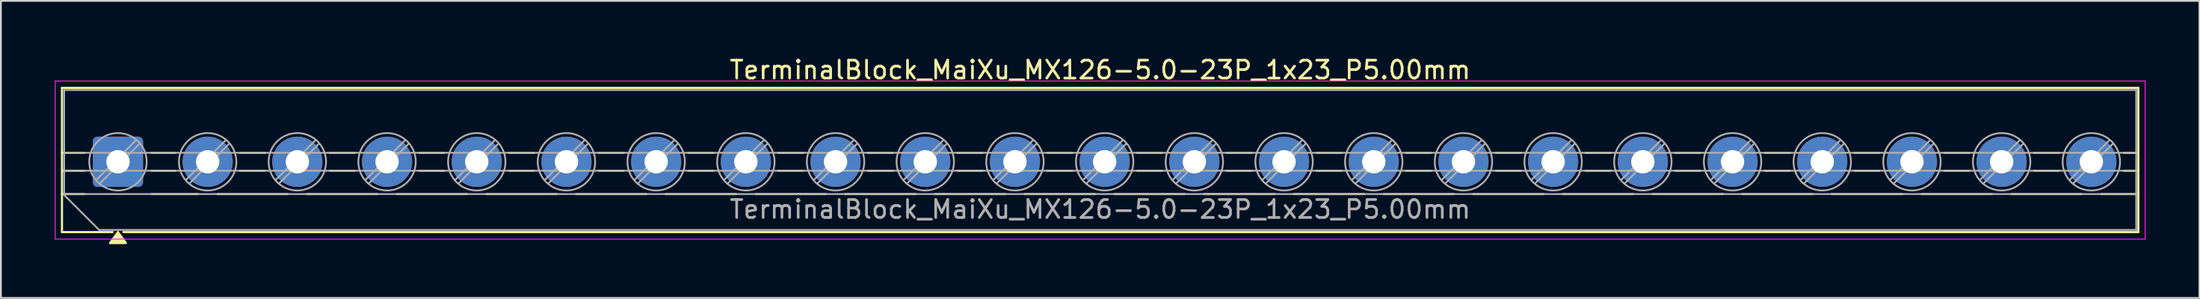
<source format=kicad_pcb>
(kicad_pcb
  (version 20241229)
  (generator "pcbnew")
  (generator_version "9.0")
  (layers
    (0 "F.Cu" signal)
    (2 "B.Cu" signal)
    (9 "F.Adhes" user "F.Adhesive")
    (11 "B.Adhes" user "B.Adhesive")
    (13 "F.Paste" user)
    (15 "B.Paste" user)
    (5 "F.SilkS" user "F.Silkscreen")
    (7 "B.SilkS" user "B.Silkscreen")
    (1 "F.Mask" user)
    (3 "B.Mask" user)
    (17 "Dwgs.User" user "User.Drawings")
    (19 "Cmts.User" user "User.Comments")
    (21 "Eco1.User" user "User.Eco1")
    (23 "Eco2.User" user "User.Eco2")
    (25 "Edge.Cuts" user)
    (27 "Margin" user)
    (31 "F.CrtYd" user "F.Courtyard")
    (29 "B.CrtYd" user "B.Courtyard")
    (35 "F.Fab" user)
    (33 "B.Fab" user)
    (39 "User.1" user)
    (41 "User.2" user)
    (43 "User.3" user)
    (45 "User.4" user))
  (footprint "TerminalBlock_MaiXu_MX126-5.0-23P_1x23_P5.00mm"
    (layer "F.Cu")
    (at 3.525 5.968)
    (property "Reference" "TerminalBlock_MaiXu_MX126-5.0-23P_1x23_P5.00mm" (at 54.75 -5.12 0) (layer "F.SilkS") (effects (font (size 1 1) (thickness 0.15))))
    (attr through_hole)
    (fp_line (start -3.12 -4.12) (end -3.12 3.92) (stroke (width 0.12) (type solid)) (layer "F.SilkS"))
    (fp_line (start -3.12 -4.12) (end 112.62 -4.12) (stroke (width 0.12) (type solid)) (layer "F.SilkS"))
    (fp_line (start -3.12 -0.5) (end -1.88 -0.5) (stroke (width 0.12) (type solid)) (layer "F.SilkS"))
    (fp_line (start -3.12 0.5) (end -1.88 0.5) (stroke (width 0.12) (type solid)) (layer "F.SilkS"))
    (fp_line (start -3.12 1.8) (end -1.88 1.8) (stroke (width 0.12) (type solid)) (layer "F.SilkS"))
    (fp_line (start -3.12 3.92) (end -0.3 3.92) (stroke (width 0.12) (type solid)) (layer "F.SilkS"))
    (fp_line (start 0.3 3.92) (end 112.62 3.92) (stroke (width 0.12) (type solid)) (layer "F.SilkS"))
    (fp_line (start 1.88 -0.5) (end 3.188 -0.5) (stroke (width 0.12) (type solid)) (layer "F.SilkS"))
    (fp_line (start 1.88 0.5) (end 3.188 0.5) (stroke (width 0.12) (type solid)) (layer "F.SilkS"))
    (fp_line (start 1.88 1.8) (end 4.457 1.8) (stroke (width 0.12) (type solid)) (layer "F.SilkS"))
    (fp_line (start 5.543 1.8) (end 9.457 1.8) (stroke (width 0.12) (type solid)) (layer "F.SilkS"))
    (fp_line (start 6.812 -0.5) (end 8.188 -0.5) (stroke (width 0.12) (type solid)) (layer "F.SilkS"))
    (fp_line (start 6.812 0.5) (end 8.188 0.5) (stroke (width 0.12) (type solid)) (layer "F.SilkS"))
    (fp_line (start 10.543 1.8) (end 14.457 1.8) (stroke (width 0.12) (type solid)) (layer "F.SilkS"))
    (fp_line (start 11.812 -0.5) (end 13.188 -0.5) (stroke (width 0.12) (type solid)) (layer "F.SilkS"))
    (fp_line (start 11.812 0.5) (end 13.188 0.5) (stroke (width 0.12) (type solid)) (layer "F.SilkS"))
    (fp_line (start 15.543 1.8) (end 19.457 1.8) (stroke (width 0.12) (type solid)) (layer "F.SilkS"))
    (fp_line (start 16.812 -0.5) (end 18.188 -0.5) (stroke (width 0.12) (type solid)) (layer "F.SilkS"))
    (fp_line (start 16.812 0.5) (end 18.188 0.5) (stroke (width 0.12) (type solid)) (layer "F.SilkS"))
    (fp_line (start 20.543 1.8) (end 24.457 1.8) (stroke (width 0.12) (type solid)) (layer "F.SilkS"))
    (fp_line (start 21.812 -0.5) (end 23.188 -0.5) (stroke (width 0.12) (type solid)) (layer "F.SilkS"))
    (fp_line (start 21.812 0.5) (end 23.188 0.5) (stroke (width 0.12) (type solid)) (layer "F.SilkS"))
    (fp_line (start 25.543 1.8) (end 29.457 1.8) (stroke (width 0.12) (type solid)) (layer "F.SilkS"))
    (fp_line (start 26.812 -0.5) (end 28.188 -0.5) (stroke (width 0.12) (type solid)) (layer "F.SilkS"))
    (fp_line (start 26.812 0.5) (end 28.188 0.5) (stroke (width 0.12) (type solid)) (layer "F.SilkS"))
    (fp_line (start 30.543 1.8) (end 34.457 1.8) (stroke (width 0.12) (type solid)) (layer "F.SilkS"))
    (fp_line (start 31.812 -0.5) (end 33.188 -0.5) (stroke (width 0.12) (type solid)) (layer "F.SilkS"))
    (fp_line (start 31.812 0.5) (end 33.188 0.5) (stroke (width 0.12) (type solid)) (layer "F.SilkS"))
    (fp_line (start 35.543 1.8) (end 39.457 1.8) (stroke (width 0.12) (type solid)) (layer "F.SilkS"))
    (fp_line (start 36.812 -0.5) (end 38.188 -0.5) (stroke (width 0.12) (type solid)) (layer "F.SilkS"))
    (fp_line (start 36.812 0.5) (end 38.188 0.5) (stroke (width 0.12) (type solid)) (layer "F.SilkS"))
    (fp_line (start 40.543 1.8) (end 44.457 1.8) (stroke (width 0.12) (type solid)) (layer "F.SilkS"))
    (fp_line (start 41.812 -0.5) (end 43.188 -0.5) (stroke (width 0.12) (type solid)) (layer "F.SilkS"))
    (fp_line (start 41.812 0.5) (end 43.188 0.5) (stroke (width 0.12) (type solid)) (layer "F.SilkS"))
    (fp_line (start 45.543 1.8) (end 49.457 1.8) (stroke (width 0.12) (type solid)) (layer "F.SilkS"))
    (fp_line (start 46.812 -0.5) (end 48.188 -0.5) (stroke (width 0.12) (type solid)) (layer "F.SilkS"))
    (fp_line (start 46.812 0.5) (end 48.188 0.5) (stroke (width 0.12) (type solid)) (layer "F.SilkS"))
    (fp_line (start 50.543 1.8) (end 54.457 1.8) (stroke (width 0.12) (type solid)) (layer "F.SilkS"))
    (fp_line (start 51.812 -0.5) (end 53.188 -0.5) (stroke (width 0.12) (type solid)) (layer "F.SilkS"))
    (fp_line (start 51.812 0.5) (end 53.188 0.5) (stroke (width 0.12) (type solid)) (layer "F.SilkS"))
    (fp_line (start 55.543 1.8) (end 59.457 1.8) (stroke (width 0.12) (type solid)) (layer "F.SilkS"))
    (fp_line (start 56.812 -0.5) (end 58.188 -0.5) (stroke (width 0.12) (type solid)) (layer "F.SilkS"))
    (fp_line (start 56.812 0.5) (end 58.188 0.5) (stroke (width 0.12) (type solid)) (layer "F.SilkS"))
    (fp_line (start 60.543 1.8) (end 64.457 1.8) (stroke (width 0.12) (type solid)) (layer "F.SilkS"))
    (fp_line (start 61.812 -0.5) (end 63.188 -0.5) (stroke (width 0.12) (type solid)) (layer "F.SilkS"))
    (fp_line (start 61.812 0.5) (end 63.188 0.5) (stroke (width 0.12) (type solid)) (layer "F.SilkS"))
    (fp_line (start 65.543 1.8) (end 69.457 1.8) (stroke (width 0.12) (type solid)) (layer "F.SilkS"))
    (fp_line (start 66.812 -0.5) (end 68.188 -0.5) (stroke (width 0.12) (type solid)) (layer "F.SilkS"))
    (fp_line (start 66.812 0.5) (end 68.188 0.5) (stroke (width 0.12) (type solid)) (layer "F.SilkS"))
    (fp_line (start 70.543 1.8) (end 74.457 1.8) (stroke (width 0.12) (type solid)) (layer "F.SilkS"))
    (fp_line (start 71.812 -0.5) (end 73.188 -0.5) (stroke (width 0.12) (type solid)) (layer "F.SilkS"))
    (fp_line (start 71.812 0.5) (end 73.188 0.5) (stroke (width 0.12) (type solid)) (layer "F.SilkS"))
    (fp_line (start 75.543 1.8) (end 79.457 1.8) (stroke (width 0.12) (type solid)) (layer "F.SilkS"))
    (fp_line (start 76.812 -0.5) (end 78.188 -0.5) (stroke (width 0.12) (type solid)) (layer "F.SilkS"))
    (fp_line (start 76.812 0.5) (end 78.188 0.5) (stroke (width 0.12) (type solid)) (layer "F.SilkS"))
    (fp_line (start 80.543 1.8) (end 84.457 1.8) (stroke (width 0.12) (type solid)) (layer "F.SilkS"))
    (fp_line (start 81.812 -0.5) (end 83.188 -0.5) (stroke (width 0.12) (type solid)) (layer "F.SilkS"))
    (fp_line (start 81.812 0.5) (end 83.188 0.5) (stroke (width 0.12) (type solid)) (layer "F.SilkS"))
    (fp_line (start 85.543 1.8) (end 89.457 1.8) (stroke (width 0.12) (type solid)) (layer "F.SilkS"))
    (fp_line (start 86.812 -0.5) (end 88.188 -0.5) (stroke (width 0.12) (type solid)) (layer "F.SilkS"))
    (fp_line (start 86.812 0.5) (end 88.188 0.5) (stroke (width 0.12) (type solid)) (layer "F.SilkS"))
    (fp_line (start 90.543 1.8) (end 94.457 1.8) (stroke (width 0.12) (type solid)) (layer "F.SilkS"))
    (fp_line (start 91.812 -0.5) (end 93.188 -0.5) (stroke (width 0.12) (type solid)) (layer "F.SilkS"))
    (fp_line (start 91.812 0.5) (end 93.188 0.5) (stroke (width 0.12) (type solid)) (layer "F.SilkS"))
    (fp_line (start 95.543 1.8) (end 99.457 1.8) (stroke (width 0.12) (type solid)) (layer "F.SilkS"))
    (fp_line (start 96.812 -0.5) (end 98.188 -0.5) (stroke (width 0.12) (type solid)) (layer "F.SilkS"))
    (fp_line (start 96.812 0.5) (end 98.188 0.5) (stroke (width 0.12) (type solid)) (layer "F.SilkS"))
    (fp_line (start 100.543 1.8) (end 104.457 1.8) (stroke (width 0.12) (type solid)) (layer "F.SilkS"))
    (fp_line (start 101.812 -0.5) (end 103.188 -0.5) (stroke (width 0.12) (type solid)) (layer "F.SilkS"))
    (fp_line (start 101.812 0.5) (end 103.188 0.5) (stroke (width 0.12) (type solid)) (layer "F.SilkS"))
    (fp_line (start 105.543 1.8) (end 109.457 1.8) (stroke (width 0.12) (type solid)) (layer "F.SilkS"))
    (fp_line (start 106.812 -0.5) (end 108.188 -0.5) (stroke (width 0.12) (type solid)) (layer "F.SilkS"))
    (fp_line (start 106.812 0.5) (end 108.188 0.5) (stroke (width 0.12) (type solid)) (layer "F.SilkS"))
    (fp_line (start 110.543 1.8) (end 112.62 1.8) (stroke (width 0.12) (type solid)) (layer "F.SilkS"))
    (fp_line (start 111.812 -0.5) (end 112.62 -0.5) (stroke (width 0.12) (type solid)) (layer "F.SilkS"))
    (fp_line (start 111.812 0.5) (end 112.62 0.5) (stroke (width 0.12) (type solid)) (layer "F.SilkS"))
    (fp_line (start 112.62 -4.12) (end 112.62 3.92) (stroke (width 0.12) (type solid)) (layer "F.SilkS"))
    (fp_poly (pts (xy 0 3.92) (xy 0.44 4.53) (xy -0.44 4.53)) (stroke (width 0.12) (type solid)) (fill yes) (layer "F.SilkS"))
    (fp_line (start -3.5 -4.5) (end -3.5 4.31) (stroke (width 0.05) (type solid)) (layer "F.CrtYd"))
    (fp_line (start -3.5 4.31) (end 113 4.31) (stroke (width 0.05) (type solid)) (layer "F.CrtYd"))
    (fp_line (start 113 -4.5) (end -3.5 -4.5) (stroke (width 0.05) (type solid)) (layer "F.CrtYd"))
    (fp_line (start 113 4.31) (end 113 -4.5) (stroke (width 0.05) (type solid)) (layer "F.CrtYd"))
    (fp_line (start -3 -4) (end 112.5 -4) (stroke (width 0.1) (type solid)) (layer "F.Fab"))
    (fp_line (start -3 -0.5) (end 112.5 -0.5) (stroke (width 0.1) (type solid)) (layer "F.Fab"))
    (fp_line (start -3 0.5) (end 112.5 0.5) (stroke (width 0.1) (type solid)) (layer "F.Fab"))
    (fp_line (start -3 1.8) (end 112.5 1.8) (stroke (width 0.1) (type solid)) (layer "F.Fab"))
    (fp_line (start -3 1.85) (end -3 -4) (stroke (width 0.1) (type solid)) (layer "F.Fab"))
    (fp_line (start -1.05 3.8) (end -3 1.85) (stroke (width 0.1) (type solid)) (layer "F.Fab"))
    (fp_line (start 1.018 -1.213) (end -1.214 1.018) (stroke (width 0.1) (type solid)) (layer "F.Fab"))
    (fp_line (start 1.213 -1.018) (end -1.018 1.213) (stroke (width 0.1) (type solid)) (layer "F.Fab"))
    (fp_line (start 6.018 -1.213) (end 3.786 1.018) (stroke (width 0.1) (type solid)) (layer "F.Fab"))
    (fp_line (start 6.213 -1.018) (end 3.982 1.213) (stroke (width 0.1) (type solid)) (layer "F.Fab"))
    (fp_line (start 11.018 -1.213) (end 8.786 1.018) (stroke (width 0.1) (type solid)) (layer "F.Fab"))
    (fp_line (start 11.213 -1.018) (end 8.982 1.213) (stroke (width 0.1) (type solid)) (layer "F.Fab"))
    (fp_line (start 16.018 -1.213) (end 13.786 1.018) (stroke (width 0.1) (type solid)) (layer "F.Fab"))
    (fp_line (start 16.213 -1.018) (end 13.982 1.213) (stroke (width 0.1) (type solid)) (layer "F.Fab"))
    (fp_line (start 21.018 -1.213) (end 18.786 1.018) (stroke (width 0.1) (type solid)) (layer "F.Fab"))
    (fp_line (start 21.213 -1.018) (end 18.982 1.213) (stroke (width 0.1) (type solid)) (layer "F.Fab"))
    (fp_line (start 26.018 -1.213) (end 23.786 1.018) (stroke (width 0.1) (type solid)) (layer "F.Fab"))
    (fp_line (start 26.213 -1.018) (end 23.982 1.213) (stroke (width 0.1) (type solid)) (layer "F.Fab"))
    (fp_line (start 31.018 -1.213) (end 28.786 1.018) (stroke (width 0.1) (type solid)) (layer "F.Fab"))
    (fp_line (start 31.213 -1.018) (end 28.982 1.213) (stroke (width 0.1) (type solid)) (layer "F.Fab"))
    (fp_line (start 36.018 -1.213) (end 33.786 1.018) (stroke (width 0.1) (type solid)) (layer "F.Fab"))
    (fp_line (start 36.213 -1.018) (end 33.982 1.213) (stroke (width 0.1) (type solid)) (layer "F.Fab"))
    (fp_line (start 41.018 -1.213) (end 38.786 1.018) (stroke (width 0.1) (type solid)) (layer "F.Fab"))
    (fp_line (start 41.213 -1.018) (end 38.982 1.213) (stroke (width 0.1) (type solid)) (layer "F.Fab"))
    (fp_line (start 46.018 -1.213) (end 43.786 1.018) (stroke (width 0.1) (type solid)) (layer "F.Fab"))
    (fp_line (start 46.213 -1.018) (end 43.982 1.213) (stroke (width 0.1) (type solid)) (layer "F.Fab"))
    (fp_line (start 51.018 -1.213) (end 48.786 1.018) (stroke (width 0.1) (type solid)) (layer "F.Fab"))
    (fp_line (start 51.213 -1.018) (end 48.982 1.213) (stroke (width 0.1) (type solid)) (layer "F.Fab"))
    (fp_line (start 56.018 -1.213) (end 53.786 1.018) (stroke (width 0.1) (type solid)) (layer "F.Fab"))
    (fp_line (start 56.213 -1.018) (end 53.982 1.213) (stroke (width 0.1) (type solid)) (layer "F.Fab"))
    (fp_line (start 61.018 -1.213) (end 58.786 1.018) (stroke (width 0.1) (type solid)) (layer "F.Fab"))
    (fp_line (start 61.213 -1.018) (end 58.982 1.213) (stroke (width 0.1) (type solid)) (layer "F.Fab"))
    (fp_line (start 66.018 -1.213) (end 63.786 1.018) (stroke (width 0.1) (type solid)) (layer "F.Fab"))
    (fp_line (start 66.213 -1.018) (end 63.982 1.213) (stroke (width 0.1) (type solid)) (layer "F.Fab"))
    (fp_line (start 71.018 -1.213) (end 68.786 1.018) (stroke (width 0.1) (type solid)) (layer "F.Fab"))
    (fp_line (start 71.213 -1.018) (end 68.982 1.213) (stroke (width 0.1) (type solid)) (layer "F.Fab"))
    (fp_line (start 76.018 -1.213) (end 73.786 1.018) (stroke (width 0.1) (type solid)) (layer "F.Fab"))
    (fp_line (start 76.213 -1.018) (end 73.982 1.213) (stroke (width 0.1) (type solid)) (layer "F.Fab"))
    (fp_line (start 81.018 -1.213) (end 78.786 1.018) (stroke (width 0.1) (type solid)) (layer "F.Fab"))
    (fp_line (start 81.213 -1.018) (end 78.982 1.213) (stroke (width 0.1) (type solid)) (layer "F.Fab"))
    (fp_line (start 86.018 -1.213) (end 83.786 1.018) (stroke (width 0.1) (type solid)) (layer "F.Fab"))
    (fp_line (start 86.213 -1.018) (end 83.982 1.213) (stroke (width 0.1) (type solid)) (layer "F.Fab"))
    (fp_line (start 91.018 -1.213) (end 88.786 1.018) (stroke (width 0.1) (type solid)) (layer "F.Fab"))
    (fp_line (start 91.213 -1.018) (end 88.982 1.213) (stroke (width 0.1) (type solid)) (layer "F.Fab"))
    (fp_line (start 96.018 -1.213) (end 93.786 1.018) (stroke (width 0.1) (type solid)) (layer "F.Fab"))
    (fp_line (start 96.213 -1.018) (end 93.982 1.213) (stroke (width 0.1) (type solid)) (layer "F.Fab"))
    (fp_line (start 101.018 -1.213) (end 98.786 1.018) (stroke (width 0.1) (type solid)) (layer "F.Fab"))
    (fp_line (start 101.213 -1.018) (end 98.982 1.213) (stroke (width 0.1) (type solid)) (layer "F.Fab"))
    (fp_line (start 106.018 -1.213) (end 103.786 1.018) (stroke (width 0.1) (type solid)) (layer "F.Fab"))
    (fp_line (start 106.213 -1.018) (end 103.982 1.213) (stroke (width 0.1) (type solid)) (layer "F.Fab"))
    (fp_line (start 111.018 -1.213) (end 108.786 1.018) (stroke (width 0.1) (type solid)) (layer "F.Fab"))
    (fp_line (start 111.213 -1.018) (end 108.982 1.213) (stroke (width 0.1) (type solid)) (layer "F.Fab"))
    (fp_line (start 112.5 -4) (end 112.5 3.8) (stroke (width 0.1) (type solid)) (layer "F.Fab"))
    (fp_line (start 112.5 3.8) (end -1.05 3.8) (stroke (width 0.1) (type solid)) (layer "F.Fab"))
    (fp_circle (center 0 0) (end 1.6 0) (stroke (width 0.1) (type solid)) (fill no) (layer "F.Fab"))
    (fp_circle (center 5 0) (end 6.6 0) (stroke (width 0.1) (type solid)) (fill no) (layer "F.Fab"))
    (fp_circle (center 10 0) (end 11.6 0) (stroke (width 0.1) (type solid)) (fill no) (layer "F.Fab"))
    (fp_circle (center 15 0) (end 16.6 0) (stroke (width 0.1) (type solid)) (fill no) (layer "F.Fab"))
    (fp_circle (center 20 0) (end 21.6 0) (stroke (width 0.1) (type solid)) (fill no) (layer "F.Fab"))
    (fp_circle (center 25 0) (end 26.6 0) (stroke (width 0.1) (type solid)) (fill no) (layer "F.Fab"))
    (fp_circle (center 30 0) (end 31.6 0) (stroke (width 0.1) (type solid)) (fill no) (layer "F.Fab"))
    (fp_circle (center 35 0) (end 36.6 0) (stroke (width 0.1) (type solid)) (fill no) (layer "F.Fab"))
    (fp_circle (center 40 0) (end 41.6 0) (stroke (width 0.1) (type solid)) (fill no) (layer "F.Fab"))
    (fp_circle (center 45 0) (end 46.6 0) (stroke (width 0.1) (type solid)) (fill no) (layer "F.Fab"))
    (fp_circle (center 50 0) (end 51.6 0) (stroke (width 0.1) (type solid)) (fill no) (layer "F.Fab"))
    (fp_circle (center 55 0) (end 56.6 0) (stroke (width 0.1) (type solid)) (fill no) (layer "F.Fab"))
    (fp_circle (center 60 0) (end 61.6 0) (stroke (width 0.1) (type solid)) (fill no) (layer "F.Fab"))
    (fp_circle (center 65 0) (end 66.6 0) (stroke (width 0.1) (type solid)) (fill no) (layer "F.Fab"))
    (fp_circle (center 70 0) (end 71.6 0) (stroke (width 0.1) (type solid)) (fill no) (layer "F.Fab"))
    (fp_circle (center 75 0) (end 76.6 0) (stroke (width 0.1) (type solid)) (fill no) (layer "F.Fab"))
    (fp_circle (center 80 0) (end 81.6 0) (stroke (width 0.1) (type solid)) (fill no) (layer "F.Fab"))
    (fp_circle (center 85 0) (end 86.6 0) (stroke (width 0.1) (type solid)) (fill no) (layer "F.Fab"))
    (fp_circle (center 90 0) (end 91.6 0) (stroke (width 0.1) (type solid)) (fill no) (layer "F.Fab"))
    (fp_circle (center 95 0) (end 96.6 0) (stroke (width 0.1) (type solid)) (fill no) (layer "F.Fab"))
    (fp_circle (center 100 0) (end 101.6 0) (stroke (width 0.1) (type solid)) (fill no) (layer "F.Fab"))
    (fp_circle (center 105 0) (end 106.6 0) (stroke (width 0.1) (type solid)) (fill no) (layer "F.Fab"))
    (fp_circle (center 110 0) (end 111.6 0) (stroke (width 0.1) (type solid)) (fill no) (layer "F.Fab"))
    (fp_text user "${REFERENCE}" (at 54.75 2.65 0) (layer "F.Fab") (effects (font (size 1 1) (thickness 0.15))))
    (pad "1" thru_hole roundrect (at 0 0) (size 2.8 2.8) (drill 1.3) (layers "*.Cu" "*.Mask") (roundrect_rratio 0.089))
    (pad "2" thru_hole circle (at 5 0) (size 2.8 2.8) (drill 1.3) (layers "*.Cu" "*.Mask"))
    (pad "3" thru_hole circle (at 10 0) (size 2.8 2.8) (drill 1.3) (layers "*.Cu" "*.Mask"))
    (pad "4" thru_hole circle (at 15 0) (size 2.8 2.8) (drill 1.3) (layers "*.Cu" "*.Mask"))
    (pad "5" thru_hole circle (at 20 0) (size 2.8 2.8) (drill 1.3) (layers "*.Cu" "*.Mask"))
    (pad "6" thru_hole circle (at 25 0) (size 2.8 2.8) (drill 1.3) (layers "*.Cu" "*.Mask"))
    (pad "7" thru_hole circle (at 30 0) (size 2.8 2.8) (drill 1.3) (layers "*.Cu" "*.Mask"))
    (pad "8" thru_hole circle (at 35 0) (size 2.8 2.8) (drill 1.3) (layers "*.Cu" "*.Mask"))
    (pad "9" thru_hole circle (at 40 0) (size 2.8 2.8) (drill 1.3) (layers "*.Cu" "*.Mask"))
    (pad "10" thru_hole circle (at 45 0) (size 2.8 2.8) (drill 1.3) (layers "*.Cu" "*.Mask"))
    (pad "11" thru_hole circle (at 50 0) (size 2.8 2.8) (drill 1.3) (layers "*.Cu" "*.Mask"))
    (pad "12" thru_hole circle (at 55 0) (size 2.8 2.8) (drill 1.3) (layers "*.Cu" "*.Mask"))
    (pad "13" thru_hole circle (at 60 0) (size 2.8 2.8) (drill 1.3) (layers "*.Cu" "*.Mask"))
    (pad "14" thru_hole circle (at 65 0) (size 2.8 2.8) (drill 1.3) (layers "*.Cu" "*.Mask"))
    (pad "15" thru_hole circle (at 70 0) (size 2.8 2.8) (drill 1.3) (layers "*.Cu" "*.Mask"))
    (pad "16" thru_hole circle (at 75 0) (size 2.8 2.8) (drill 1.3) (layers "*.Cu" "*.Mask"))
    (pad "17" thru_hole circle (at 80 0) (size 2.8 2.8) (drill 1.3) (layers "*.Cu" "*.Mask"))
    (pad "18" thru_hole circle (at 85 0) (size 2.8 2.8) (drill 1.3) (layers "*.Cu" "*.Mask"))
    (pad "19" thru_hole circle (at 90 0) (size 2.8 2.8) (drill 1.3) (layers "*.Cu" "*.Mask"))
    (pad "20" thru_hole circle (at 95 0) (size 2.8 2.8) (drill 1.3) (layers "*.Cu" "*.Mask"))
    (pad "21" thru_hole circle (at 100 0) (size 2.8 2.8) (drill 1.3) (layers "*.Cu" "*.Mask"))
    (pad "22" thru_hole circle (at 105 0) (size 2.8 2.8) (drill 1.3) (layers "*.Cu" "*.Mask"))
    (pad "23" thru_hole circle (at 110 0) (size 2.8 2.8) (drill 1.3) (layers "*.Cu" "*.Mask")))
  (gr_rect
    (start -3 -3)
    (end 119.55 13.558)
    (stroke (width 0.1) (type default))
    (fill no)
    (layer "Edge.Cuts")))
</source>
